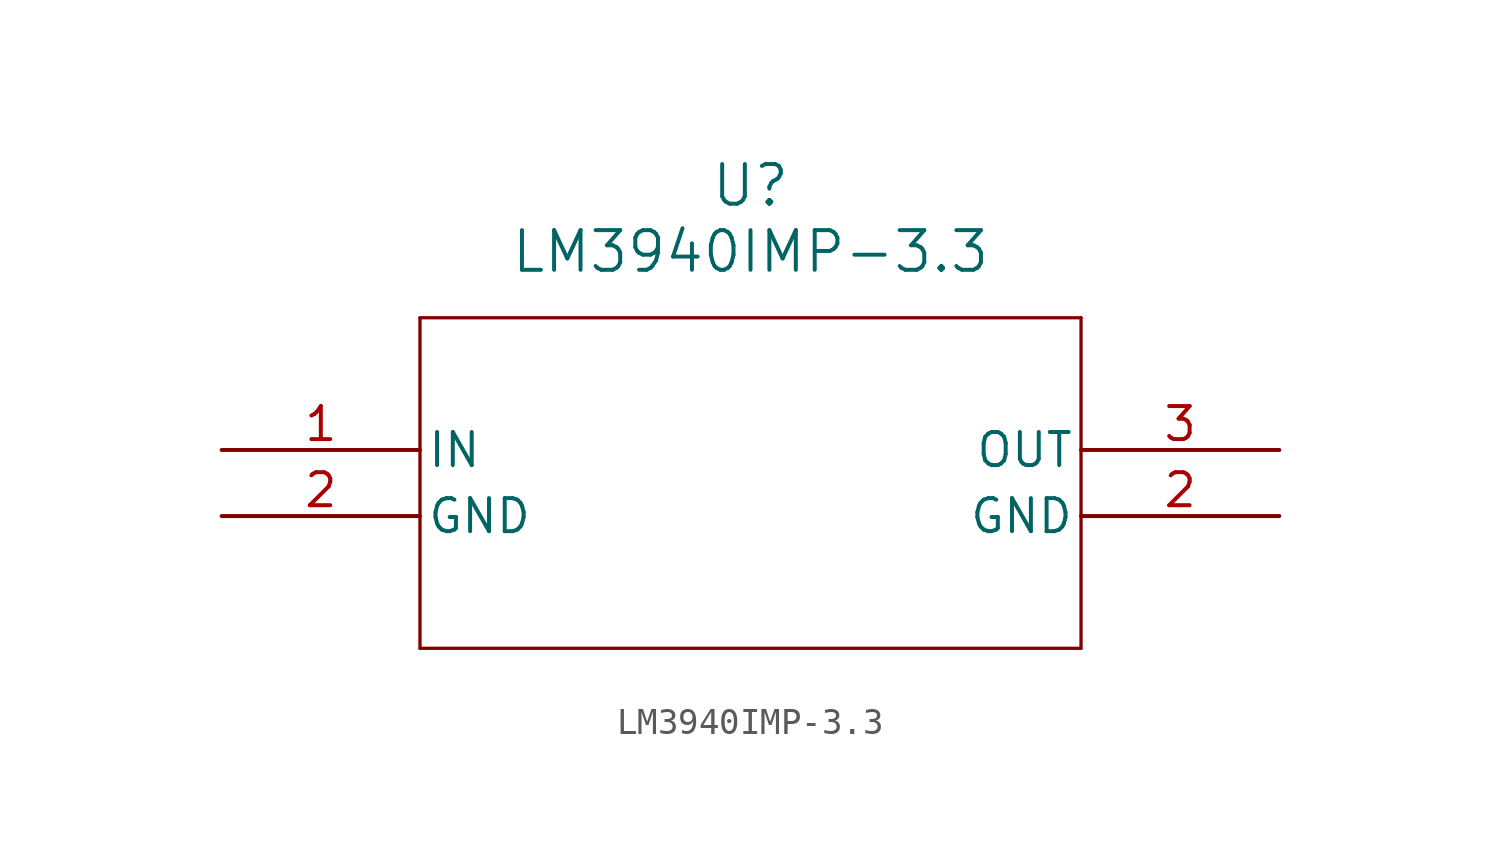
<source format=kicad_sym>
(kicad_symbol_lib
  (version 20241209)
  (generator "kicad_symbol_editor")
  (generator_version "9.0")
  (symbol "LM3940IMP-3.3"
    (pin_names
      (offset 0.254))
    (property "Reference" "U"
      (at 20.32 10.16 0)
      (effects (font (size 1.524 1.524))))
    (property "Value" "LM3940IMP-3.3"
      (at 20.32 7.62 0)
      (effects (font (size 1.524 1.524))))
    (property "ki_locked" ""
      (at 0 0 0)
      (effects (font (size 1.27 1.27))))
    (symbol "LM3940IMP-3.3_0_1"
      (polyline (pts (xy 7.62 5.08) (xy 7.62 -7.62)) (stroke (width 0.127) (type default)) (fill (type none)))
      (polyline (pts (xy 7.62 -7.62) (xy 33.02 -7.62)) (stroke (width 0.127) (type default)) (fill (type none)))
      (polyline (pts (xy 33.02 5.08) (xy 7.62 5.08)) (stroke (width 0.127) (type default)) (fill (type none)))
      (polyline (pts (xy 33.02 -7.62) (xy 33.02 5.08)) (stroke (width 0.127) (type default)) (fill (type none)))
      (pin input line (at 0 0 0) (length 7.62) (name "IN" (effects (font (size 1.27 1.27)))) (number "1" (effects (font (size 1.27 1.27)))))
      (pin passive line (at 0 -2.54 0) (length 7.62) (name "GND" (effects (font (size 1.27 1.27)))) (number "2" (effects (font (size 1.27 1.27)))))
      (pin output line (at 40.64 0 180) (length 7.62) (name "OUT" (effects (font (size 1.27 1.27)))) (number "3" (effects (font (size 1.27 1.27))))))
    (symbol "LM3940IMP-3.3_1_1"
      (pin passive line (at 40.64 -2.54 180) (length 7.62) (name "GND" (effects (font (size 1.27 1.27)))) (number "2" (effects (font (size 1.27 1.27))))))))
</source>
